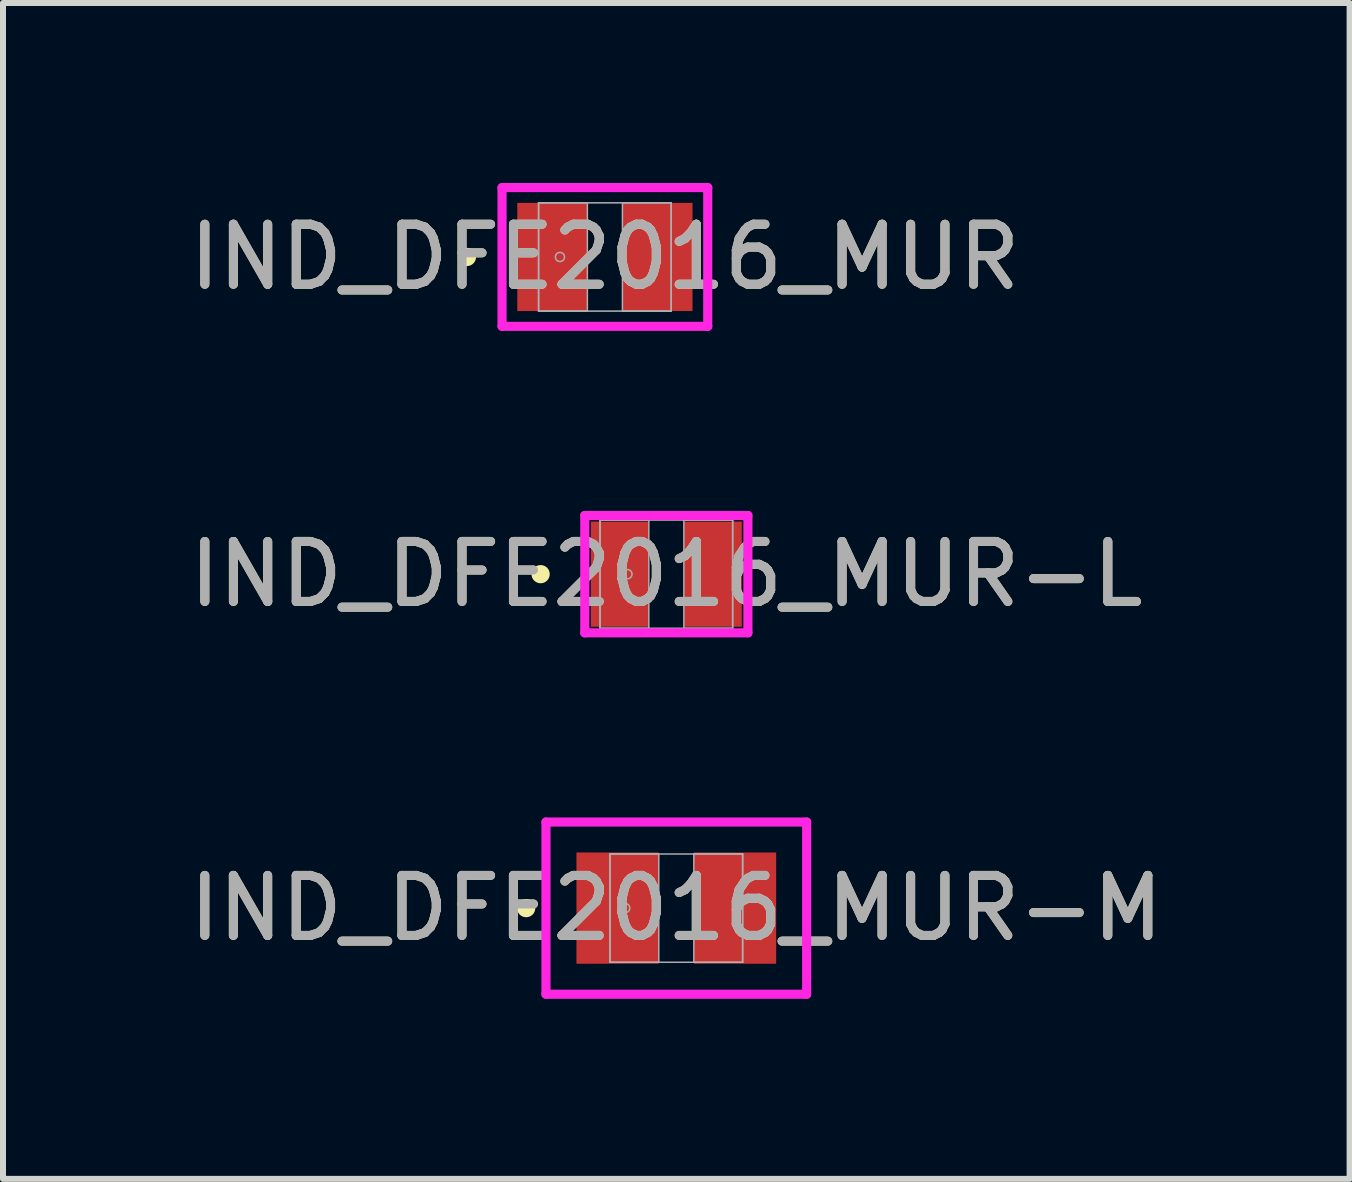
<source format=kicad_pcb>
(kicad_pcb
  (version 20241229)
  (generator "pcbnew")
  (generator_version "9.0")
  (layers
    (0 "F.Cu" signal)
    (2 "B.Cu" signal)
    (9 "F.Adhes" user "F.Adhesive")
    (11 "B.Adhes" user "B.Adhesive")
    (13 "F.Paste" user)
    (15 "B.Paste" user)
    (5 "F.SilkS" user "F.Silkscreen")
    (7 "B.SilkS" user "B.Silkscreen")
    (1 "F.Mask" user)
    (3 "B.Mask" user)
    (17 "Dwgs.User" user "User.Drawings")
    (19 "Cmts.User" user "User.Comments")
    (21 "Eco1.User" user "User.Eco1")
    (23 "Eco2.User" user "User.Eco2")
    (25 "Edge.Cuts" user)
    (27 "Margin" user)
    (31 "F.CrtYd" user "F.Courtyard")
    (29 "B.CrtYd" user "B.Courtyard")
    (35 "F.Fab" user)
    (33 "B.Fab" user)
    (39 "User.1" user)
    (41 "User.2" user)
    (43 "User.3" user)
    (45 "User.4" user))
  (footprint "IND_DFE2016_MUR-L"
    (layer "F.Cu")
    (at 8.054 6.518)
    (property "Reference" "IND_DFE2016_MUR-L" (at 0 0 0) (unlocked yes) (layer "F.SilkS") (effects (font (size 1 1) (thickness 0.15))))
    (attr smd)
    (fp_circle (center -2.095 0) (end -2.019 0) (stroke (width 0.152) (type solid)) (fill no) (layer "F.SilkS"))
    (fp_line (start -1.359 -0.978) (end 1.359 -0.978) (stroke (width 0.152) (type solid)) (layer "F.CrtYd"))
    (fp_line (start -1.359 0.978) (end -1.359 -0.978) (stroke (width 0.152) (type solid)) (layer "F.CrtYd"))
    (fp_line (start 1.359 -0.978) (end 1.359 0.978) (stroke (width 0.152) (type solid)) (layer "F.CrtYd"))
    (fp_line (start 1.359 0.978) (end -1.359 0.978) (stroke (width 0.152) (type solid)) (layer "F.CrtYd"))
    (fp_line (start -1.105 -0.902) (end -1.105 0.902) (stroke (width 0.025) (type solid)) (layer "F.Fab"))
    (fp_line (start -1.105 -0.902) (end -1.105 0.902) (stroke (width 0.025) (type solid)) (layer "F.Fab"))
    (fp_line (start -1.105 0.902) (end -0.292 0.902) (stroke (width 0.025) (type solid)) (layer "F.Fab"))
    (fp_line (start -1.105 0.902) (end 1.105 0.902) (stroke (width 0.025) (type solid)) (layer "F.Fab"))
    (fp_line (start -0.292 -0.902) (end -1.105 -0.902) (stroke (width 0.025) (type solid)) (layer "F.Fab"))
    (fp_line (start -0.292 0.902) (end -0.292 -0.902) (stroke (width 0.025) (type solid)) (layer "F.Fab"))
    (fp_line (start 0.292 -0.902) (end 0.292 0.902) (stroke (width 0.025) (type solid)) (layer "F.Fab"))
    (fp_line (start 0.292 0.902) (end 1.105 0.902) (stroke (width 0.025) (type solid)) (layer "F.Fab"))
    (fp_line (start 1.105 -0.902) (end -1.105 -0.902) (stroke (width 0.025) (type solid)) (layer "F.Fab"))
    (fp_line (start 1.105 -0.902) (end 0.292 -0.902) (stroke (width 0.025) (type solid)) (layer "F.Fab"))
    (fp_line (start 1.105 0.902) (end 1.105 -0.902) (stroke (width 0.025) (type solid)) (layer "F.Fab"))
    (fp_line (start 1.105 0.902) (end 1.105 -0.902) (stroke (width 0.025) (type solid)) (layer "F.Fab"))
    (fp_circle (center -0.648 0) (end -0.572 0) (stroke (width 0.025) (type solid)) (fill no) (layer "F.Fab"))
    (fp_text user "${REFERENCE}" (at 0 0 0) (unlocked yes) (layer "F.Fab") (effects (font (size 1 1) (thickness 0.15))))
    (pad "1" smd rect (at -0.775 0) (size 0.965 1.753) (layers "F.Cu" "F.Mask" "F.Paste"))
    (pad "2" smd rect (at 0.775 0) (size 0.965 1.753) (layers "F.Cu" "F.Mask" "F.Paste"))
    (zone (net_name "") (layer "F.Cu") (hatch full 0.508) (connect_pads) (min_thickness 0.254) (filled_areas_thickness no) (keepout (tracks not_allowed) (vias not_allowed) (pads allowed) (copperpour not_allowed) (footprints allowed)) (placement (enabled no)) (fill) (polygon (pts (xy 7.812 5.667) (xy 8.295 5.667) (xy 8.295 7.369) (xy 7.812 7.369)))))
  (footprint "IND_DFE2016_MUR"
    (layer "F.Cu")
    (at 7.03 1.232)
    (property "Reference" "IND_DFE2016_MUR" (at 0 0 0) (unlocked yes) (layer "F.SilkS") (effects (font (size 1 1) (thickness 0.15))))
    (attr smd)
    (fp_circle (center -2.299 0) (end -2.223 0) (stroke (width 0.152) (type solid)) (fill no) (layer "F.SilkS"))
    (fp_line (start -1.714 -1.156) (end 1.714 -1.156) (stroke (width 0.152) (type solid)) (layer "F.CrtYd"))
    (fp_line (start -1.714 1.156) (end -1.714 -1.156) (stroke (width 0.152) (type solid)) (layer "F.CrtYd"))
    (fp_line (start 1.714 -1.156) (end 1.714 1.156) (stroke (width 0.152) (type solid)) (layer "F.CrtYd"))
    (fp_line (start 1.714 1.156) (end -1.714 1.156) (stroke (width 0.152) (type solid)) (layer "F.CrtYd"))
    (fp_line (start -1.105 -0.902) (end -1.105 0.902) (stroke (width 0.025) (type solid)) (layer "F.Fab"))
    (fp_line (start -1.105 -0.902) (end -1.105 0.902) (stroke (width 0.025) (type solid)) (layer "F.Fab"))
    (fp_line (start -1.105 0.902) (end -0.292 0.902) (stroke (width 0.025) (type solid)) (layer "F.Fab"))
    (fp_line (start -1.105 0.902) (end 1.105 0.902) (stroke (width 0.025) (type solid)) (layer "F.Fab"))
    (fp_line (start -0.292 -0.902) (end -1.105 -0.902) (stroke (width 0.025) (type solid)) (layer "F.Fab"))
    (fp_line (start -0.292 0.902) (end -0.292 -0.902) (stroke (width 0.025) (type solid)) (layer "F.Fab"))
    (fp_line (start 0.292 -0.902) (end 0.292 0.902) (stroke (width 0.025) (type solid)) (layer "F.Fab"))
    (fp_line (start 0.292 0.902) (end 1.105 0.902) (stroke (width 0.025) (type solid)) (layer "F.Fab"))
    (fp_line (start 1.105 -0.902) (end -1.105 -0.902) (stroke (width 0.025) (type solid)) (layer "F.Fab"))
    (fp_line (start 1.105 -0.902) (end 0.292 -0.902) (stroke (width 0.025) (type solid)) (layer "F.Fab"))
    (fp_line (start 1.105 0.902) (end 1.105 -0.902) (stroke (width 0.025) (type solid)) (layer "F.Fab"))
    (fp_line (start 1.105 0.902) (end 1.105 -0.902) (stroke (width 0.025) (type solid)) (layer "F.Fab"))
    (fp_circle (center -0.749 0) (end -0.673 0) (stroke (width 0.025) (type solid)) (fill no) (layer "F.Fab"))
    (fp_text user "${REFERENCE}" (at 0 0 0) (unlocked yes) (layer "F.Fab") (effects (font (size 1 1) (thickness 0.15))))
    (pad "1" smd rect (at -0.876 0) (size 1.168 1.803) (layers "F.Cu" "F.Mask" "F.Paste"))
    (pad "2" smd rect (at 0.876 0) (size 1.168 1.803) (layers "F.Cu" "F.Mask" "F.Paste"))
    (zone (net_name "") (layer "F.Cu") (hatch full 0.508) (connect_pads) (min_thickness 0.254) (filled_areas_thickness no) (keepout (tracks not_allowed) (vias not_allowed) (pads allowed) (copperpour not_allowed) (footprints allowed)) (placement (enabled no)) (fill) (polygon (pts (xy 6.788 0.381) (xy 7.271 0.381) (xy 7.271 2.083) (xy 6.788 2.083)))))
  (footprint "IND_DFE2016_MUR-M"
    (layer "F.Cu")
    (at 8.22 12.083)
    (property "Reference" "IND_DFE2016_MUR-M" (at 0 0 0) (unlocked yes) (layer "F.SilkS") (effects (font (size 1 1) (thickness 0.15))))
    (attr smd)
    (fp_circle (center -2.502 0) (end -2.426 0) (stroke (width 0.152) (type solid)) (fill no) (layer "F.SilkS"))
    (fp_line (start -2.172 -1.435) (end 2.172 -1.435) (stroke (width 0.152) (type solid)) (layer "F.CrtYd"))
    (fp_line (start -2.172 1.435) (end -2.172 -1.435) (stroke (width 0.152) (type solid)) (layer "F.CrtYd"))
    (fp_line (start 2.172 -1.435) (end 2.172 1.435) (stroke (width 0.152) (type solid)) (layer "F.CrtYd"))
    (fp_line (start 2.172 1.435) (end -2.172 1.435) (stroke (width 0.152) (type solid)) (layer "F.CrtYd"))
    (fp_line (start -1.105 -0.902) (end -1.105 0.902) (stroke (width 0.025) (type solid)) (layer "F.Fab"))
    (fp_line (start -1.105 -0.902) (end -1.105 0.902) (stroke (width 0.025) (type solid)) (layer "F.Fab"))
    (fp_line (start -1.105 0.902) (end -0.292 0.902) (stroke (width 0.025) (type solid)) (layer "F.Fab"))
    (fp_line (start -1.105 0.902) (end 1.105 0.902) (stroke (width 0.025) (type solid)) (layer "F.Fab"))
    (fp_line (start -0.292 -0.902) (end -1.105 -0.902) (stroke (width 0.025) (type solid)) (layer "F.Fab"))
    (fp_line (start -0.292 0.902) (end -0.292 -0.902) (stroke (width 0.025) (type solid)) (layer "F.Fab"))
    (fp_line (start 0.292 -0.902) (end 0.292 0.902) (stroke (width 0.025) (type solid)) (layer "F.Fab"))
    (fp_line (start 0.292 0.902) (end 1.105 0.902) (stroke (width 0.025) (type solid)) (layer "F.Fab"))
    (fp_line (start 1.105 -0.902) (end -1.105 -0.902) (stroke (width 0.025) (type solid)) (layer "F.Fab"))
    (fp_line (start 1.105 -0.902) (end 0.292 -0.902) (stroke (width 0.025) (type solid)) (layer "F.Fab"))
    (fp_line (start 1.105 0.902) (end 1.105 -0.902) (stroke (width 0.025) (type solid)) (layer "F.Fab"))
    (fp_line (start 1.105 0.902) (end 1.105 -0.902) (stroke (width 0.025) (type solid)) (layer "F.Fab"))
    (fp_circle (center -0.851 0) (end -0.775 0) (stroke (width 0.025) (type solid)) (fill no) (layer "F.Fab"))
    (fp_text user "${REFERENCE}" (at 0 0 0) (unlocked yes) (layer "F.Fab") (effects (font (size 1 1) (thickness 0.15))))
    (pad "1" smd rect (at -0.978 0) (size 1.372 1.854) (layers "F.Cu" "F.Mask" "F.Paste"))
    (pad "2" smd rect (at 0.978 0) (size 1.372 1.854) (layers "F.Cu" "F.Mask" "F.Paste"))
    (zone (net_name "") (layer "F.Cu") (hatch full 0.508) (connect_pads) (min_thickness 0.254) (filled_areas_thickness no) (keepout (tracks not_allowed) (vias not_allowed) (pads allowed) (copperpour not_allowed) (footprints allowed)) (placement (enabled no)) (fill) (polygon (pts (xy 7.979 11.232) (xy 8.462 11.232) (xy 8.462 12.934) (xy 7.979 12.934)))))
  (gr_rect
    (start -3 -3)
    (end 19.44 16.595)
    (stroke (width 0.1) (type default))
    (fill no)
    (layer "Edge.Cuts")))
</source>
